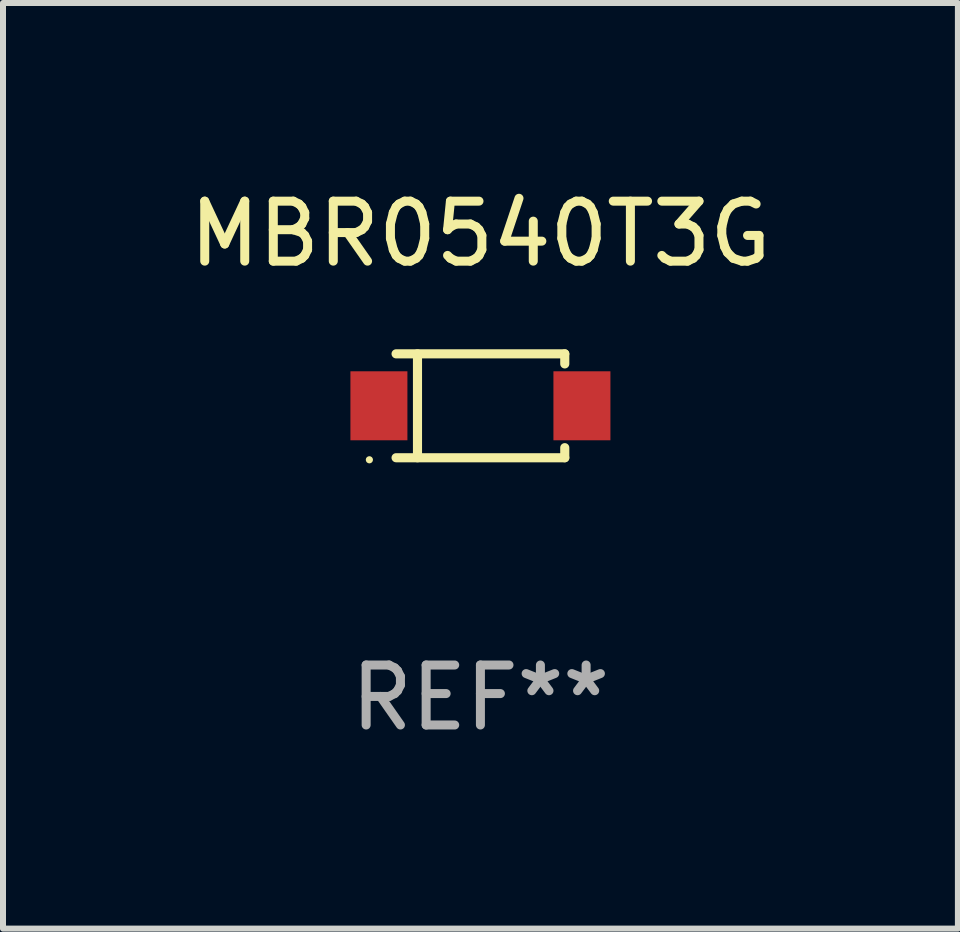
<source format=kicad_pcb>
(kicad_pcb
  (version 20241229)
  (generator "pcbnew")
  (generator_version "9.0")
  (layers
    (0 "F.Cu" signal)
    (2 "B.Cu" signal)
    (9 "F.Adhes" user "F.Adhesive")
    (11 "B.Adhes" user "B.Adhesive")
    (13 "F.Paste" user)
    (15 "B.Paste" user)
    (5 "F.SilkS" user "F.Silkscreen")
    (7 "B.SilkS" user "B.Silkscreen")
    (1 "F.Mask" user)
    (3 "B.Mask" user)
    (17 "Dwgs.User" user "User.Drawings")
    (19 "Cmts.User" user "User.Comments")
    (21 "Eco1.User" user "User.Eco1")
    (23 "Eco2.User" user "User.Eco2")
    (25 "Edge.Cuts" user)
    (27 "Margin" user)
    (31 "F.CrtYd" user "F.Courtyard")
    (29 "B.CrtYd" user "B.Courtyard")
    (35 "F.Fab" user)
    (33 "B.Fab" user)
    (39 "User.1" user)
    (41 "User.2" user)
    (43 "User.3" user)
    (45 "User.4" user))
  (footprint "MBR0540T3G"
    (layer "F.Cu")
    (at 4.958 3.714)
    (property "Reference" "MBR0540T3G" (at 0 -2.866 0) (layer "F.SilkS") (effects (font (size 1 1) (thickness 0.15))))
    (attr through_hole)
    (fp_line (start -1.406 -0.866) (end 1.406 -0.866) (stroke (width 0.152) (type solid)) (layer "F.SilkS"))
    (fp_line (start -1.406 0.866) (end 1.406 0.866) (stroke (width 0.152) (type solid)) (layer "F.SilkS"))
    (fp_line (start -1.049 -0.866) (end -1.049 0.866) (stroke (width 0.152) (type solid)) (layer "F.SilkS"))
    (fp_line (start 1.406 -0.866) (end 1.406 -0.698) (stroke (width 0.152) (type solid)) (layer "F.SilkS"))
    (fp_line (start 1.406 0.866) (end 1.406 0.698) (stroke (width 0.152) (type solid)) (layer "F.SilkS"))
    (fp_circle (center -1.851 0.9) (end -1.821 0.9) (stroke (width 0.06) (type solid)) (fill no) (layer "F.SilkS"))
    (fp_text user "REF**" (at 0 4.866 0) (layer "F.Fab") (effects (font (size 1 1) (thickness 0.15))))
    (pad "1" smd rect (at -1.692 0) (size 0.95 1.15) (layers "F.Cu" "F.Mask" "F.Paste"))
    (pad "2" smd rect (at 1.692 0) (size 0.95 1.15) (layers "F.Cu" "F.Mask" "F.Paste")))
  (gr_rect
    (start -3 -3)
    (end 12.917 12.429)
    (stroke (width 0.1) (type default))
    (fill no)
    (layer "Edge.Cuts")))
</source>
